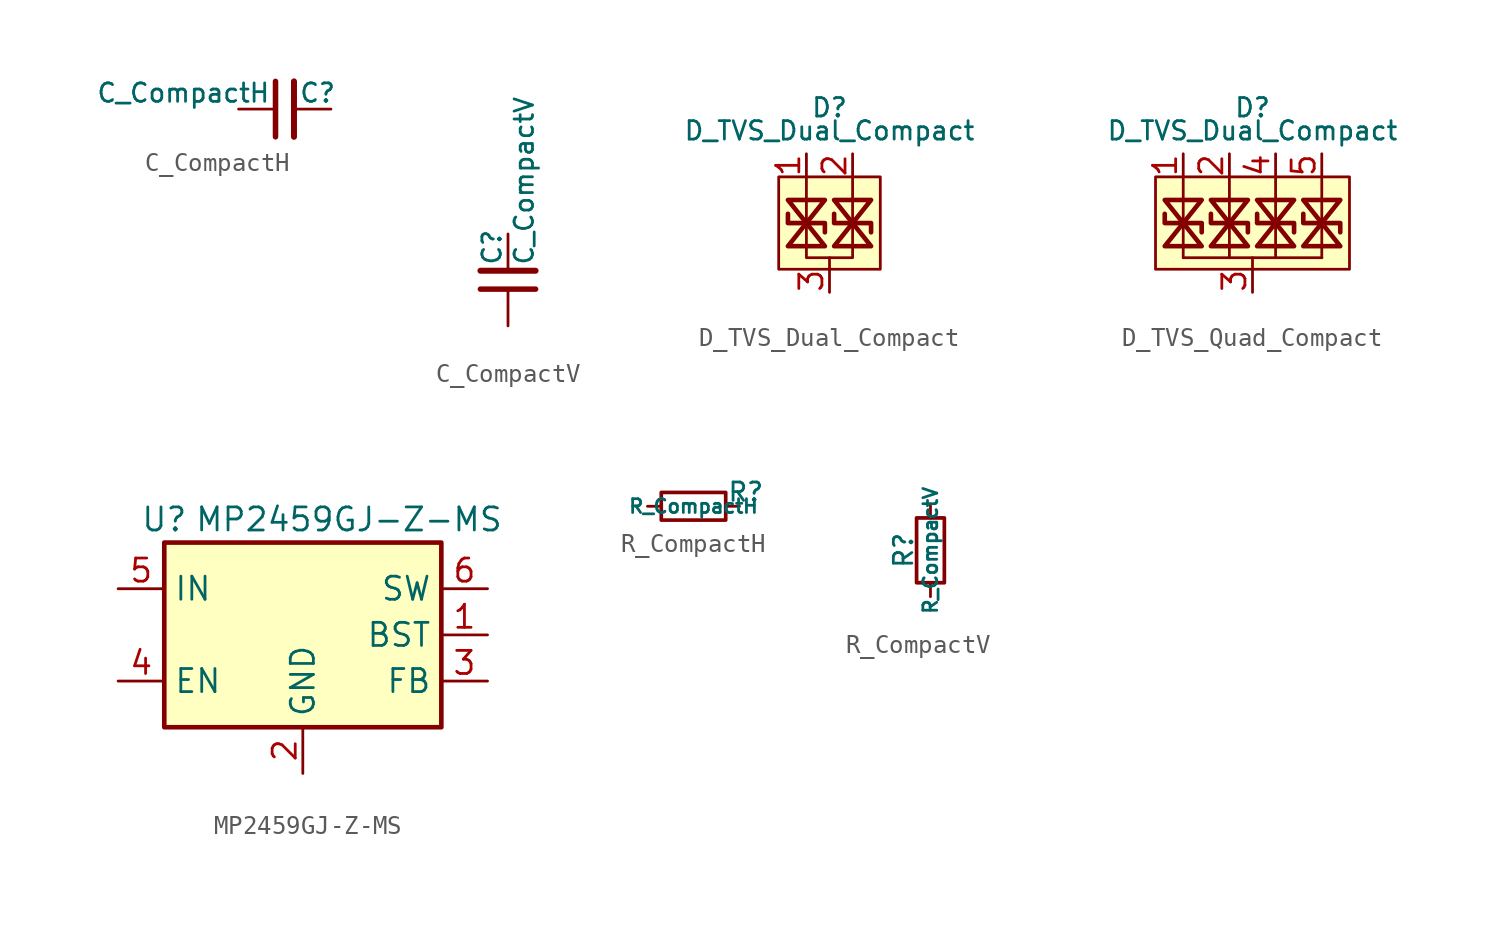
<source format=kicad_sym>
(kicad_symbol_lib
  (version 20241209)
  (generator "kicad_symbol_editor")
  (generator_version "9.0")
  (symbol "C_CompactH"
    (pin_numbers
      (hide yes))
    (pin_names
      (offset 0.254)
      (hide yes))
    (property "Reference" "C"
      (at 0.762 0.889 0)
      (do_not_autoplace)
      (effects (font (size 1.016 1.016)) (justify left)))
    (property "Value" "C_CompactH"
      (at -0.762 0.889 0)
      (do_not_autoplace)
      (effects (font (size 1.016 1.016)) (justify right)))
    (symbol "C_CompactH_0_1"
      (polyline (pts (xy -0.508 -1.524) (xy -0.508 1.524)) (stroke (width 0.305) (type default)) (fill (type none)))
      (polyline (pts (xy 0.508 -1.524) (xy 0.508 1.524)) (stroke (width 0.33) (type default)) (fill (type none))))
    (symbol "C_CompactH_1_1"
      (pin passive line (at -2.54 0 0) (length 2.032) (name "~" (effects (font (size 1.27 1.27)))) (number "1" (effects (font (size 1.27 1.27)))))
      (pin passive line (at 2.54 0 180) (length 2.032) (name "~" (effects (font (size 1.27 1.27)))) (number "2" (effects (font (size 1.27 1.27)))))))
  (symbol "C_CompactV"
    (pin_numbers
      (hide yes))
    (pin_names
      (offset 0.254)
      (hide yes))
    (property "Reference" "C"
      (at -0.889 0.762 90)
      (do_not_autoplace)
      (effects (font (size 1.016 1.016)) (justify left)))
    (property "Value" "C_CompactV"
      (at 0.889 0.762 90)
      (do_not_autoplace)
      (effects (font (size 1.016 1.016)) (justify left)))
    (symbol "C_CompactV_0_1"
      (polyline (pts (xy 1.524 0.508) (xy -1.524 0.508)) (stroke (width 0.33) (type default)) (fill (type none)))
      (polyline (pts (xy 1.524 -0.508) (xy -1.524 -0.508)) (stroke (width 0.305) (type default)) (fill (type none))))
    (symbol "C_CompactV_1_1"
      (pin passive line (at 0 2.54 270) (length 2.032) (name "~" (effects (font (size 1.27 1.27)))) (number "2" (effects (font (size 1.27 1.27)))))
      (pin passive line (at 0 -2.54 90) (length 2.032) (name "~" (effects (font (size 1.27 1.27)))) (number "1" (effects (font (size 1.27 1.27)))))))
  (symbol "D_TVS_Dual_Compact"
    (pin_names
      (offset 1.016)
      (hide yes))
    (property "Reference" "D"
      (at 0 6.35 0)
      (effects (font (size 1.016 1.016))))
    (property "Value" "D_TVS_Dual_Compact"
      (at 0 5.08 0)
      (effects (font (size 1.016 1.016))))
    (symbol "D_TVS_Dual_Compact_0_1"
      (polyline (pts (xy -1.27 1.27) (xy -1.27 -1.27)) (stroke (width 0) (type default)) (fill (type none)))
      (polyline (pts (xy -1.27 -1.27) (xy -1.27 -1.905) (xy 1.27 -1.905) (xy 1.27 -1.27)) (stroke (width 0) (type default)) (fill (type none)))
      (polyline (pts (xy -0.254 1.27) (xy -2.286 1.27) (xy -0.254 -1.27) (xy -2.286 -1.27) (xy -0.254 1.27)) (stroke (width 0.254) (type default)) (fill (type none)))
      (polyline (pts (xy -0.254 -0.508) (xy -0.254 0) (xy -2.286 0) (xy -2.286 0.508)) (stroke (width 0.254) (type default)) (fill (type none)))
      (polyline (pts (xy 1.27 1.27) (xy 1.27 -1.27)) (stroke (width 0) (type default)) (fill (type none)))
      (polyline (pts (xy 2.286 1.27) (xy 0.254 1.27) (xy 2.286 -1.27) (xy 0.254 -1.27) (xy 2.286 1.27)) (stroke (width 0.254) (type default)) (fill (type none)))
      (polyline (pts (xy 2.286 -0.508) (xy 2.286 0) (xy 0.254 0) (xy 0.254 0.508)) (stroke (width 0.254) (type default)) (fill (type none))))
    (symbol "D_TVS_Dual_Compact_1_1"
      (rectangle (start -2.794 2.54) (end 2.794 -2.54) (stroke (width 0) (type solid)) (fill (type background)))
      (polyline (pts (xy -1.27 1.27) (xy -1.27 2.54)) (stroke (width 0) (type default)) (fill (type none)))
      (polyline (pts (xy 0 -2.54) (xy 0 -1.905)) (stroke (width 0) (type default)) (fill (type none)))
      (polyline (pts (xy 1.27 2.54) (xy 1.27 2.54)) (stroke (width 0) (type default)) (fill (type none)))
      (polyline (pts (xy 1.27 2.54) (xy 1.27 1.27)) (stroke (width 0) (type default)) (fill (type none)))
      (polyline (pts (xy 1.27 1.27) (xy 1.27 1.27)) (stroke (width 0) (type default)) (fill (type none)))
      (pin passive line (at -1.27 3.81 270) (length 1.27) (name "" (effects (font (size 1.27 1.27)))) (number "1" (effects (font (size 1.27 1.27)))))
      (pin passive line (at 0 -3.81 90) (length 1.27) (name "" (effects (font (size 1.27 1.27)))) (number "3" (effects (font (size 1.27 1.27)))))
      (pin passive line (at 1.27 3.81 270) (length 1.27) (name "" (effects (font (size 1.27 1.27)))) (number "2" (effects (font (size 1.27 1.27)))))))
  (symbol "D_TVS_Quad_Compact"
    (pin_names
      (offset 1.016)
      (hide yes))
    (property "Reference" "D"
      (at 0 6.35 0)
      (effects (font (size 1.016 1.016))))
    (property "Value" "D_TVS_Dual_Compact"
      (at 0 5.08 0)
      (effects (font (size 1.016 1.016))))
    (symbol "D_TVS_Quad_Compact_0_1"
      (polyline (pts (xy -3.81 1.27) (xy -3.81 -1.27)) (stroke (width 0) (type default)) (fill (type none)))
      (polyline (pts (xy -2.794 1.27) (xy -4.826 1.27) (xy -2.794 -1.27) (xy -4.826 -1.27) (xy -2.794 1.27)) (stroke (width 0.254) (type default)) (fill (type none)))
      (polyline (pts (xy -2.794 -0.508) (xy -2.794 0) (xy -4.826 0) (xy -4.826 0.508)) (stroke (width 0.254) (type default)) (fill (type none)))
      (polyline (pts (xy -1.27 1.27) (xy -1.27 -1.27)) (stroke (width 0) (type default)) (fill (type none)))
      (polyline (pts (xy -0.254 1.27) (xy -2.286 1.27) (xy -0.254 -1.27) (xy -2.286 -1.27) (xy -0.254 1.27)) (stroke (width 0.254) (type default)) (fill (type none)))
      (polyline (pts (xy -0.254 -0.508) (xy -0.254 0) (xy -2.286 0) (xy -2.286 0.508)) (stroke (width 0.254) (type default)) (fill (type none)))
      (polyline (pts (xy 1.27 1.27) (xy 1.27 -1.27)) (stroke (width 0) (type default)) (fill (type none)))
      (polyline (pts (xy 2.286 1.27) (xy 0.254 1.27) (xy 2.286 -1.27) (xy 0.254 -1.27) (xy 2.286 1.27)) (stroke (width 0.254) (type default)) (fill (type none)))
      (polyline (pts (xy 2.286 -0.508) (xy 2.286 0) (xy 0.254 0) (xy 0.254 0.508)) (stroke (width 0.254) (type default)) (fill (type none)))
      (polyline (pts (xy 3.81 1.27) (xy 3.81 -1.27)) (stroke (width 0) (type default)) (fill (type none)))
      (polyline (pts (xy 4.826 1.27) (xy 2.794 1.27) (xy 4.826 -1.27) (xy 2.794 -1.27) (xy 4.826 1.27)) (stroke (width 0.254) (type default)) (fill (type none)))
      (polyline (pts (xy 4.826 -0.508) (xy 4.826 0) (xy 2.794 0) (xy 2.794 0.508)) (stroke (width 0.254) (type default)) (fill (type none))))
    (symbol "D_TVS_Quad_Compact_1_1"
      (rectangle (start -5.334 2.54) (end 5.334 -2.54) (stroke (width 0) (type solid)) (fill (type background)))
      (polyline (pts (xy -3.81 2.54) (xy -3.81 1.27)) (stroke (width 0) (type default)) (fill (type none)))
      (polyline (pts (xy -3.81 -1.905) (xy -3.81 -1.27)) (stroke (width 0) (type default)) (fill (type none)))
      (polyline (pts (xy -3.81 -1.905) (xy 3.81 -1.905)) (stroke (width 0) (type default)) (fill (type none)))
      (polyline (pts (xy -1.27 1.27) (xy -1.27 2.54)) (stroke (width 0) (type default)) (fill (type none)))
      (polyline (pts (xy -1.27 -1.905) (xy -1.27 -1.27)) (stroke (width 0) (type default)) (fill (type none)))
      (polyline (pts (xy 0 -2.54) (xy 0 -1.905)) (stroke (width 0) (type default)) (fill (type none)))
      (polyline (pts (xy 1.27 2.54) (xy 1.27 2.54)) (stroke (width 0) (type default)) (fill (type none)))
      (polyline (pts (xy 1.27 2.54) (xy 1.27 1.27)) (stroke (width 0) (type default)) (fill (type none)))
      (polyline (pts (xy 1.27 1.27) (xy 1.27 1.27)) (stroke (width 0) (type default)) (fill (type none)))
      (polyline (pts (xy 1.27 -1.905) (xy 1.27 -1.27)) (stroke (width 0) (type default)) (fill (type none)))
      (polyline (pts (xy 3.81 2.54) (xy 3.81 1.27)) (stroke (width 0) (type default)) (fill (type none)))
      (polyline (pts (xy 3.81 -1.905) (xy 3.81 -1.27)) (stroke (width 0) (type default)) (fill (type none)))
      (polyline (pts (xy 3.81 -1.905) (xy 3.81 -1.905)) (stroke (width 0) (type default)) (fill (type none)))
      (pin passive line (at -3.81 3.81 270) (length 1.27) (name "" (effects (font (size 1.27 1.27)))) (number "1" (effects (font (size 1.27 1.27)))))
      (pin passive line (at -3.81 3.81 270) (length 1.27) (hide yes) (name "" (effects (font (size 1.27 1.27)))) (number "10" (effects (font (size 1.27 1.27)))))
      (pin passive line (at -1.27 3.81 270) (length 1.27) (name "" (effects (font (size 1.27 1.27)))) (number "2" (effects (font (size 1.27 1.27)))))
      (pin passive line (at -1.27 3.81 270) (length 1.27) (hide yes) (name "" (effects (font (size 1.27 1.27)))) (number "9" (effects (font (size 1.27 1.27)))))
      (pin passive line (at 0 -3.81 90) (length 1.27) (name "" (effects (font (size 1.27 1.27)))) (number "3" (effects (font (size 1.27 1.27)))))
      (pin passive line (at 0 -3.81 90) (length 1.27) (hide yes) (name "" (effects (font (size 1.27 1.27)))) (number "8" (effects (font (size 1.27 1.27)))))
      (pin passive line (at 1.27 3.81 270) (length 1.27) (name "" (effects (font (size 1.27 1.27)))) (number "4" (effects (font (size 1.27 1.27)))))
      (pin passive line (at 1.27 3.81 270) (length 1.27) (hide yes) (name "" (effects (font (size 1.27 1.27)))) (number "7" (effects (font (size 1.27 1.27)))))
      (pin passive line (at 3.81 3.81 270) (length 1.27) (name "" (effects (font (size 1.27 1.27)))) (number "5" (effects (font (size 1.27 1.27)))))
      (pin passive line (at 3.81 3.81 270) (length 1.27) (hide yes) (name "" (effects (font (size 1.27 1.27)))) (number "6" (effects (font (size 1.27 1.27)))))))
  (symbol "MP2459GJ-Z-MS"
    (property "Reference" "U"
      (at -7.62 6.35 0)
      (effects (font (size 1.27 1.27))))
    (property "Value" "MP2459GJ-Z-MS"
      (at 2.54 6.35 0)
      (effects (font (size 1.27 1.27))))
    (symbol "MP2459GJ-Z-MS_0_1"
      (rectangle (start -7.62 5.08) (end 7.62 -5.08) (stroke (width 0.254) (type default)) (fill (type background))))
    (symbol "MP2459GJ-Z-MS_1_1"
      (pin power_in line (at -10.16 2.54 0) (length 2.54) (name "IN" (effects (font (size 1.27 1.27)))) (number "5" (effects (font (size 1.27 1.27)))))
      (pin passive line (at -10.16 -2.54 0) (length 2.54) (name "EN" (effects (font (size 1.27 1.27)))) (number "4" (effects (font (size 1.27 1.27)))))
      (pin power_in line (at 0 -7.62 90) (length 2.54) (name "GND" (effects (font (size 1.27 1.27)))) (number "2" (effects (font (size 1.27 1.27)))))
      (pin output line (at 10.16 2.54 180) (length 2.54) (name "SW" (effects (font (size 1.27 1.27)))) (number "6" (effects (font (size 1.27 1.27)))))
      (pin passive line (at 10.16 0 180) (length 2.54) (name "BST" (effects (font (size 1.27 1.27)))) (number "1" (effects (font (size 1.27 1.27)))))
      (pin input line (at 10.16 -2.54 180) (length 2.54) (name "FB" (effects (font (size 1.27 1.27)))) (number "3" (effects (font (size 1.27 1.27)))))))
  (symbol "R_CompactH"
    (pin_numbers
      (hide yes))
    (pin_names
      (offset 0.254)
      (hide yes))
    (property "Reference" "R"
      (at 2.032 0 0)
      (do_not_autoplace)
      (effects (font (size 1.016 1.016)) (justify left bottom)))
    (property "Value" "R_CompactH"
      (at 0.191 -0.191 0)
      (do_not_autoplace)
      (effects (font (size 0.762 0.762))))
    (symbol "R_CompactH_0_1"
      (rectangle (start -1.587 -0.953) (end 1.968 0.572) (stroke (width 0.203) (type default)) (fill (type none))))
    (symbol "R_CompactH_1_1"
      (pin passive line (at -2.349 -0.191 0) (length 0.762) (name "~" (effects (font (size 1.27 1.27)))) (number "1" (effects (font (size 1.27 1.27)))))
      (pin passive line (at 2.731 -0.191 180) (length 0.762) (name "~" (effects (font (size 1.27 1.27)))) (number "2" (effects (font (size 1.27 1.27)))))))
  (symbol "R_CompactV"
    (pin_numbers
      (hide yes))
    (pin_names
      (offset 0.254)
      (hide yes))
    (property "Reference" "R"
      (at -0.889 0 90)
      (do_not_autoplace)
      (effects (font (size 1.016 1.016)) (justify bottom)))
    (property "Value" "R_CompactV"
      (at 0 0 90)
      (do_not_autoplace)
      (effects (font (size 0.762 0.762))))
    (symbol "R_CompactV_0_1"
      (rectangle (start -0.762 1.778) (end 0.762 -1.778) (stroke (width 0.203) (type default)) (fill (type none))))
    (symbol "R_CompactV_1_1"
      (pin passive line (at 0 2.54 270) (length 0.762) (name "~" (effects (font (size 1.27 1.27)))) (number "1" (effects (font (size 1.27 1.27)))))
      (pin passive line (at 0 -2.54 90) (length 0.762) (name "~" (effects (font (size 1.27 1.27)))) (number "2" (effects (font (size 1.27 1.27))))))))
</source>
